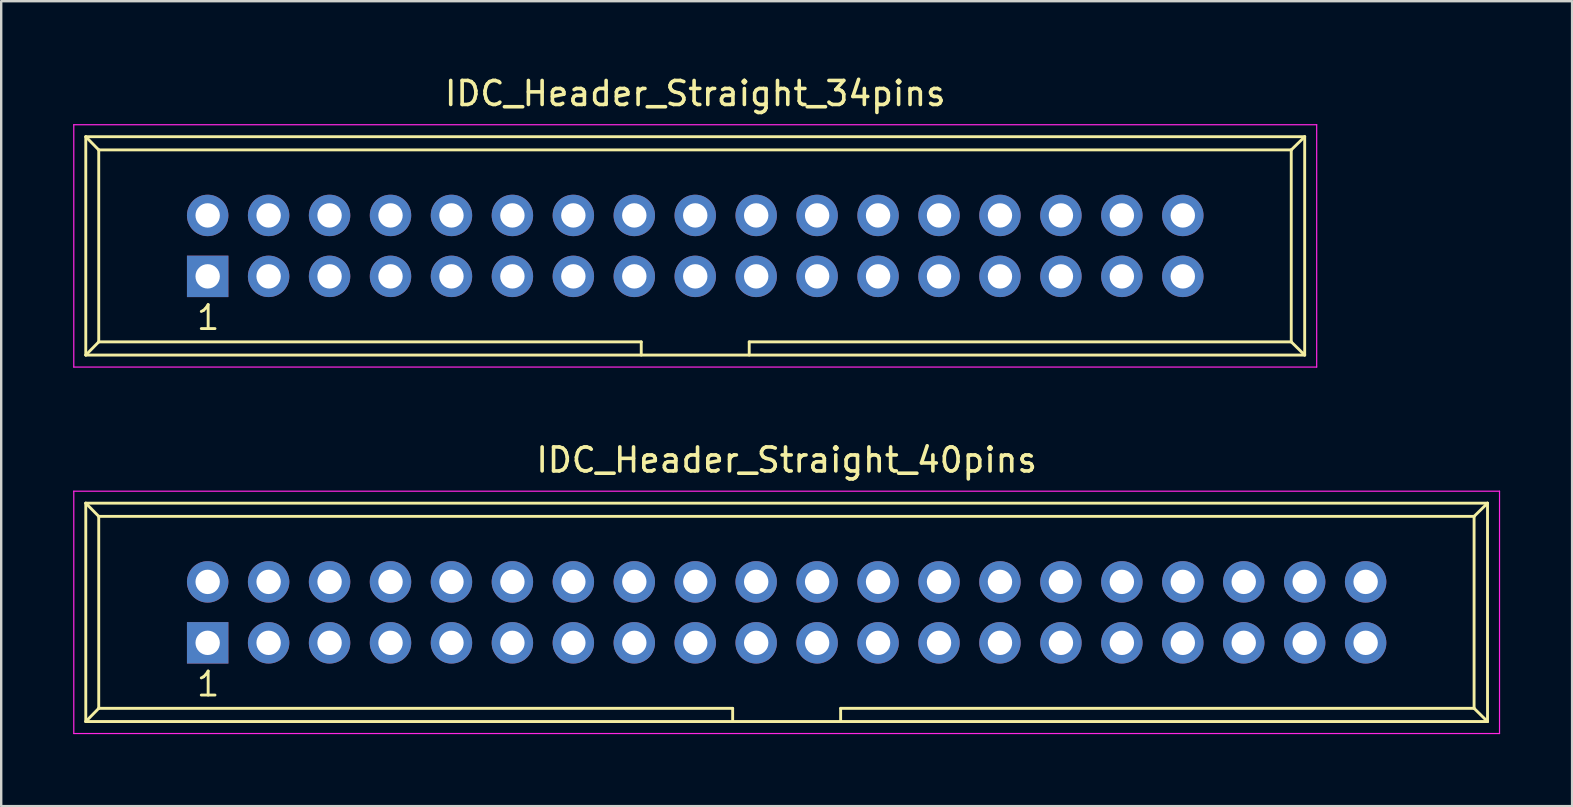
<source format=kicad_pcb>
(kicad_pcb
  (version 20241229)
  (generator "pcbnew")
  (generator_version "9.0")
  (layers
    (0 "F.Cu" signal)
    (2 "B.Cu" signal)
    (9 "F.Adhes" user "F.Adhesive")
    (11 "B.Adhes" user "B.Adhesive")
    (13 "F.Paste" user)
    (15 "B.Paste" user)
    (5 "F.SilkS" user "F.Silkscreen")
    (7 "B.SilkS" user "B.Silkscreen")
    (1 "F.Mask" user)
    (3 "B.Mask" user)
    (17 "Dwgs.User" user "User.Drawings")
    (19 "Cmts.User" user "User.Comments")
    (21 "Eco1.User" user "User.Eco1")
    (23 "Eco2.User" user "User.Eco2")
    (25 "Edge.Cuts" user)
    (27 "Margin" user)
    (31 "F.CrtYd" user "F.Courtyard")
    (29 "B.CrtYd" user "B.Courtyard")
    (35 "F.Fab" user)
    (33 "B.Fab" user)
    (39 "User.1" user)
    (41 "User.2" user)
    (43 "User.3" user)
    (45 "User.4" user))
  (footprint "IDC_Header_Straight_34pins"
    (layer "F.Cu")
    (at 5.605 8.468)
    (property "Reference" "IDC_Header_Straight_34pins" (at 20.32 -7.62 0) (layer "F.SilkS") (effects (font (size 1 1) (thickness 0.15))))
    (attr through_hole)
    (fp_line (start -5.08 -5.82) (end -5.08 3.28) (stroke (width 0.12) (type solid)) (layer "F.SilkS"))
    (fp_line (start -5.08 -5.82) (end -4.54 -5.27) (stroke (width 0.12) (type solid)) (layer "F.SilkS"))
    (fp_line (start -5.08 -5.82) (end 45.72 -5.82) (stroke (width 0.12) (type solid)) (layer "F.SilkS"))
    (fp_line (start -5.08 3.28) (end -4.54 2.73) (stroke (width 0.12) (type solid)) (layer "F.SilkS"))
    (fp_line (start -5.08 3.28) (end 45.72 3.28) (stroke (width 0.12) (type solid)) (layer "F.SilkS"))
    (fp_line (start -4.54 -5.27) (end -4.54 2.73) (stroke (width 0.12) (type solid)) (layer "F.SilkS"))
    (fp_line (start -4.54 -5.27) (end 45.16 -5.27) (stroke (width 0.12) (type solid)) (layer "F.SilkS"))
    (fp_line (start -4.54 2.73) (end 18.07 2.73) (stroke (width 0.12) (type solid)) (layer "F.SilkS"))
    (fp_line (start 18.07 2.73) (end 18.07 3.28) (stroke (width 0.12) (type solid)) (layer "F.SilkS"))
    (fp_line (start 22.57 2.73) (end 22.57 3.28) (stroke (width 0.12) (type solid)) (layer "F.SilkS"))
    (fp_line (start 22.57 2.73) (end 45.16 2.73) (stroke (width 0.12) (type solid)) (layer "F.SilkS"))
    (fp_line (start 45.16 -5.27) (end 45.16 2.73) (stroke (width 0.12) (type solid)) (layer "F.SilkS"))
    (fp_line (start 45.72 -5.82) (end 45.16 -5.27) (stroke (width 0.12) (type solid)) (layer "F.SilkS"))
    (fp_line (start 45.72 -5.82) (end 45.72 3.28) (stroke (width 0.12) (type solid)) (layer "F.SilkS"))
    (fp_line (start 45.72 3.28) (end 45.16 2.73) (stroke (width 0.12) (type solid)) (layer "F.SilkS"))
    (fp_line (start -5.58 -6.32) (end 46.22 -6.32) (stroke (width 0.05) (type solid)) (layer "F.CrtYd"))
    (fp_line (start -5.58 3.78) (end -5.58 -6.32) (stroke (width 0.05) (type solid)) (layer "F.CrtYd"))
    (fp_line (start 46.22 -6.32) (end 46.22 3.78) (stroke (width 0.05) (type solid)) (layer "F.CrtYd"))
    (fp_line (start 46.22 3.78) (end -5.58 3.78) (stroke (width 0.05) (type solid)) (layer "F.CrtYd"))
    (fp_text user "1" (at 0.02 1.72 0) (layer "F.SilkS") (effects (font (size 1 1) (thickness 0.12))))
    (pad "1" thru_hole rect (at 0 0) (size 1.727 1.727) (drill 1.016) (layers "*.Cu" "*.Mask"))
    (pad "2" thru_hole oval (at 0 -2.54) (size 1.727 1.727) (drill 1.016) (layers "*.Cu" "*.Mask"))
    (pad "3" thru_hole oval (at 2.54 0) (size 1.727 1.727) (drill 1.016) (layers "*.Cu" "*.Mask"))
    (pad "4" thru_hole oval (at 2.54 -2.54) (size 1.727 1.727) (drill 1.016) (layers "*.Cu" "*.Mask"))
    (pad "5" thru_hole oval (at 5.08 0) (size 1.727 1.727) (drill 1.016) (layers "*.Cu" "*.Mask"))
    (pad "6" thru_hole oval (at 5.08 -2.54) (size 1.727 1.727) (drill 1.016) (layers "*.Cu" "*.Mask"))
    (pad "7" thru_hole oval (at 7.62 0) (size 1.727 1.727) (drill 1.016) (layers "*.Cu" "*.Mask"))
    (pad "8" thru_hole oval (at 7.62 -2.54) (size 1.727 1.727) (drill 1.016) (layers "*.Cu" "*.Mask"))
    (pad "9" thru_hole oval (at 10.16 0) (size 1.727 1.727) (drill 1.016) (layers "*.Cu" "*.Mask"))
    (pad "10" thru_hole oval (at 10.16 -2.54) (size 1.727 1.727) (drill 1.016) (layers "*.Cu" "*.Mask"))
    (pad "11" thru_hole oval (at 12.7 0) (size 1.727 1.727) (drill 1.016) (layers "*.Cu" "*.Mask"))
    (pad "12" thru_hole oval (at 12.7 -2.54) (size 1.727 1.727) (drill 1.016) (layers "*.Cu" "*.Mask"))
    (pad "13" thru_hole oval (at 15.24 0) (size 1.727 1.727) (drill 1.016) (layers "*.Cu" "*.Mask"))
    (pad "14" thru_hole oval (at 15.24 -2.54) (size 1.727 1.727) (drill 1.016) (layers "*.Cu" "*.Mask"))
    (pad "15" thru_hole oval (at 17.78 0) (size 1.727 1.727) (drill 1.016) (layers "*.Cu" "*.Mask"))
    (pad "16" thru_hole oval (at 17.78 -2.54) (size 1.727 1.727) (drill 1.016) (layers "*.Cu" "*.Mask"))
    (pad "17" thru_hole oval (at 20.32 0) (size 1.727 1.727) (drill 1.016) (layers "*.Cu" "*.Mask"))
    (pad "18" thru_hole oval (at 20.32 -2.54) (size 1.727 1.727) (drill 1.016) (layers "*.Cu" "*.Mask"))
    (pad "19" thru_hole oval (at 22.86 0) (size 1.727 1.727) (drill 1.016) (layers "*.Cu" "*.Mask"))
    (pad "20" thru_hole oval (at 22.86 -2.54) (size 1.727 1.727) (drill 1.016) (layers "*.Cu" "*.Mask"))
    (pad "21" thru_hole oval (at 25.4 0) (size 1.727 1.727) (drill 1.016) (layers "*.Cu" "*.Mask"))
    (pad "22" thru_hole oval (at 25.4 -2.54) (size 1.727 1.727) (drill 1.016) (layers "*.Cu" "*.Mask"))
    (pad "23" thru_hole oval (at 27.94 0) (size 1.727 1.727) (drill 1.016) (layers "*.Cu" "*.Mask"))
    (pad "24" thru_hole oval (at 27.94 -2.54) (size 1.727 1.727) (drill 1.016) (layers "*.Cu" "*.Mask"))
    (pad "25" thru_hole oval (at 30.48 0) (size 1.727 1.727) (drill 1.016) (layers "*.Cu" "*.Mask"))
    (pad "26" thru_hole oval (at 30.48 -2.54) (size 1.727 1.727) (drill 1.016) (layers "*.Cu" "*.Mask"))
    (pad "27" thru_hole oval (at 33.02 0) (size 1.727 1.727) (drill 1.016) (layers "*.Cu" "*.Mask"))
    (pad "28" thru_hole oval (at 33.02 -2.54) (size 1.727 1.727) (drill 1.016) (layers "*.Cu" "*.Mask"))
    (pad "29" thru_hole oval (at 35.56 0) (size 1.727 1.727) (drill 1.016) (layers "*.Cu" "*.Mask"))
    (pad "30" thru_hole oval (at 35.56 -2.54) (size 1.727 1.727) (drill 1.016) (layers "*.Cu" "*.Mask"))
    (pad "31" thru_hole oval (at 38.1 0) (size 1.727 1.727) (drill 1.016) (layers "*.Cu" "*.Mask"))
    (pad "32" thru_hole oval (at 38.1 -2.54) (size 1.727 1.727) (drill 1.016) (layers "*.Cu" "*.Mask"))
    (pad "33" thru_hole oval (at 40.64 0) (size 1.727 1.727) (drill 1.016) (layers "*.Cu" "*.Mask"))
    (pad "34" thru_hole oval (at 40.64 -2.54) (size 1.727 1.727) (drill 1.016) (layers "*.Cu" "*.Mask")))
  (footprint "IDC_Header_Straight_40pins"
    (layer "F.Cu")
    (at 5.605 23.741)
    (property "Reference" "IDC_Header_Straight_40pins" (at 24.13 -7.62 0) (layer "F.SilkS") (effects (font (size 1 1) (thickness 0.15))))
    (attr through_hole)
    (fp_line (start -5.08 -5.82) (end -5.08 3.28) (stroke (width 0.12) (type solid)) (layer "F.SilkS"))
    (fp_line (start -5.08 -5.82) (end -4.54 -5.27) (stroke (width 0.12) (type solid)) (layer "F.SilkS"))
    (fp_line (start -5.08 -5.82) (end 53.34 -5.82) (stroke (width 0.12) (type solid)) (layer "F.SilkS"))
    (fp_line (start -5.08 3.28) (end -4.54 2.73) (stroke (width 0.12) (type solid)) (layer "F.SilkS"))
    (fp_line (start -5.08 3.28) (end 53.34 3.28) (stroke (width 0.12) (type solid)) (layer "F.SilkS"))
    (fp_line (start -4.54 -5.27) (end -4.54 2.73) (stroke (width 0.12) (type solid)) (layer "F.SilkS"))
    (fp_line (start -4.54 -5.27) (end 52.78 -5.27) (stroke (width 0.12) (type solid)) (layer "F.SilkS"))
    (fp_line (start -4.54 2.73) (end 21.88 2.73) (stroke (width 0.12) (type solid)) (layer "F.SilkS"))
    (fp_line (start 21.88 2.73) (end 21.88 3.28) (stroke (width 0.12) (type solid)) (layer "F.SilkS"))
    (fp_line (start 26.38 2.73) (end 26.38 3.28) (stroke (width 0.12) (type solid)) (layer "F.SilkS"))
    (fp_line (start 26.38 2.73) (end 52.78 2.73) (stroke (width 0.12) (type solid)) (layer "F.SilkS"))
    (fp_line (start 52.78 -5.27) (end 52.78 2.73) (stroke (width 0.12) (type solid)) (layer "F.SilkS"))
    (fp_line (start 53.34 -5.82) (end 52.78 -5.27) (stroke (width 0.12) (type solid)) (layer "F.SilkS"))
    (fp_line (start 53.34 -5.82) (end 53.34 3.28) (stroke (width 0.12) (type solid)) (layer "F.SilkS"))
    (fp_line (start 53.34 3.28) (end 52.78 2.73) (stroke (width 0.12) (type solid)) (layer "F.SilkS"))
    (fp_line (start -5.58 -6.32) (end 53.84 -6.32) (stroke (width 0.05) (type solid)) (layer "F.CrtYd"))
    (fp_line (start -5.58 3.78) (end -5.58 -6.32) (stroke (width 0.05) (type solid)) (layer "F.CrtYd"))
    (fp_line (start 53.84 -6.32) (end 53.84 3.78) (stroke (width 0.05) (type solid)) (layer "F.CrtYd"))
    (fp_line (start 53.84 3.78) (end -5.58 3.78) (stroke (width 0.05) (type solid)) (layer "F.CrtYd"))
    (fp_text user "1" (at 0.02 1.72 0) (layer "F.SilkS") (effects (font (size 1 1) (thickness 0.12))))
    (pad "1" thru_hole rect (at 0 0) (size 1.727 1.727) (drill 1.016) (layers "*.Cu" "*.Mask"))
    (pad "2" thru_hole oval (at 0 -2.54) (size 1.727 1.727) (drill 1.016) (layers "*.Cu" "*.Mask"))
    (pad "3" thru_hole oval (at 2.54 0) (size 1.727 1.727) (drill 1.016) (layers "*.Cu" "*.Mask"))
    (pad "4" thru_hole oval (at 2.54 -2.54) (size 1.727 1.727) (drill 1.016) (layers "*.Cu" "*.Mask"))
    (pad "5" thru_hole oval (at 5.08 0) (size 1.727 1.727) (drill 1.016) (layers "*.Cu" "*.Mask"))
    (pad "6" thru_hole oval (at 5.08 -2.54) (size 1.727 1.727) (drill 1.016) (layers "*.Cu" "*.Mask"))
    (pad "7" thru_hole oval (at 7.62 0) (size 1.727 1.727) (drill 1.016) (layers "*.Cu" "*.Mask"))
    (pad "8" thru_hole oval (at 7.62 -2.54) (size 1.727 1.727) (drill 1.016) (layers "*.Cu" "*.Mask"))
    (pad "9" thru_hole oval (at 10.16 0) (size 1.727 1.727) (drill 1.016) (layers "*.Cu" "*.Mask"))
    (pad "10" thru_hole oval (at 10.16 -2.54) (size 1.727 1.727) (drill 1.016) (layers "*.Cu" "*.Mask"))
    (pad "11" thru_hole oval (at 12.7 0) (size 1.727 1.727) (drill 1.016) (layers "*.Cu" "*.Mask"))
    (pad "12" thru_hole oval (at 12.7 -2.54) (size 1.727 1.727) (drill 1.016) (layers "*.Cu" "*.Mask"))
    (pad "13" thru_hole oval (at 15.24 0) (size 1.727 1.727) (drill 1.016) (layers "*.Cu" "*.Mask"))
    (pad "14" thru_hole oval (at 15.24 -2.54) (size 1.727 1.727) (drill 1.016) (layers "*.Cu" "*.Mask"))
    (pad "15" thru_hole oval (at 17.78 0) (size 1.727 1.727) (drill 1.016) (layers "*.Cu" "*.Mask"))
    (pad "16" thru_hole oval (at 17.78 -2.54) (size 1.727 1.727) (drill 1.016) (layers "*.Cu" "*.Mask"))
    (pad "17" thru_hole oval (at 20.32 0) (size 1.727 1.727) (drill 1.016) (layers "*.Cu" "*.Mask"))
    (pad "18" thru_hole oval (at 20.32 -2.54) (size 1.727 1.727) (drill 1.016) (layers "*.Cu" "*.Mask"))
    (pad "19" thru_hole oval (at 22.86 0) (size 1.727 1.727) (drill 1.016) (layers "*.Cu" "*.Mask"))
    (pad "20" thru_hole oval (at 22.86 -2.54) (size 1.727 1.727) (drill 1.016) (layers "*.Cu" "*.Mask"))
    (pad "21" thru_hole oval (at 25.4 0) (size 1.727 1.727) (drill 1.016) (layers "*.Cu" "*.Mask"))
    (pad "22" thru_hole oval (at 25.4 -2.54) (size 1.727 1.727) (drill 1.016) (layers "*.Cu" "*.Mask"))
    (pad "23" thru_hole oval (at 27.94 0) (size 1.727 1.727) (drill 1.016) (layers "*.Cu" "*.Mask"))
    (pad "24" thru_hole oval (at 27.94 -2.54) (size 1.727 1.727) (drill 1.016) (layers "*.Cu" "*.Mask"))
    (pad "25" thru_hole oval (at 30.48 0) (size 1.727 1.727) (drill 1.016) (layers "*.Cu" "*.Mask"))
    (pad "26" thru_hole oval (at 30.48 -2.54) (size 1.727 1.727) (drill 1.016) (layers "*.Cu" "*.Mask"))
    (pad "27" thru_hole oval (at 33.02 0) (size 1.727 1.727) (drill 1.016) (layers "*.Cu" "*.Mask"))
    (pad "28" thru_hole oval (at 33.02 -2.54) (size 1.727 1.727) (drill 1.016) (layers "*.Cu" "*.Mask"))
    (pad "29" thru_hole oval (at 35.56 0) (size 1.727 1.727) (drill 1.016) (layers "*.Cu" "*.Mask"))
    (pad "30" thru_hole oval (at 35.56 -2.54) (size 1.727 1.727) (drill 1.016) (layers "*.Cu" "*.Mask"))
    (pad "31" thru_hole oval (at 38.1 0) (size 1.727 1.727) (drill 1.016) (layers "*.Cu" "*.Mask"))
    (pad "32" thru_hole oval (at 38.1 -2.54) (size 1.727 1.727) (drill 1.016) (layers "*.Cu" "*.Mask"))
    (pad "33" thru_hole oval (at 40.64 0) (size 1.727 1.727) (drill 1.016) (layers "*.Cu" "*.Mask"))
    (pad "34" thru_hole oval (at 40.64 -2.54) (size 1.727 1.727) (drill 1.016) (layers "*.Cu" "*.Mask"))
    (pad "35" thru_hole oval (at 43.18 0) (size 1.727 1.727) (drill 1.016) (layers "*.Cu" "*.Mask"))
    (pad "36" thru_hole oval (at 43.18 -2.54) (size 1.727 1.727) (drill 1.016) (layers "*.Cu" "*.Mask"))
    (pad "37" thru_hole oval (at 45.72 0) (size 1.727 1.727) (drill 1.016) (layers "*.Cu" "*.Mask"))
    (pad "38" thru_hole oval (at 45.72 -2.54) (size 1.727 1.727) (drill 1.016) (layers "*.Cu" "*.Mask"))
    (pad "39" thru_hole oval (at 48.26 0) (size 1.727 1.727) (drill 1.016) (layers "*.Cu" "*.Mask"))
    (pad "40" thru_hole oval (at 48.26 -2.54) (size 1.727 1.727) (drill 1.016) (layers "*.Cu" "*.Mask")))
  (gr_rect
    (start -3 -3)
    (end 62.47 30.547)
    (stroke (width 0.1) (type default))
    (fill no)
    (layer "Edge.Cuts")))
</source>
